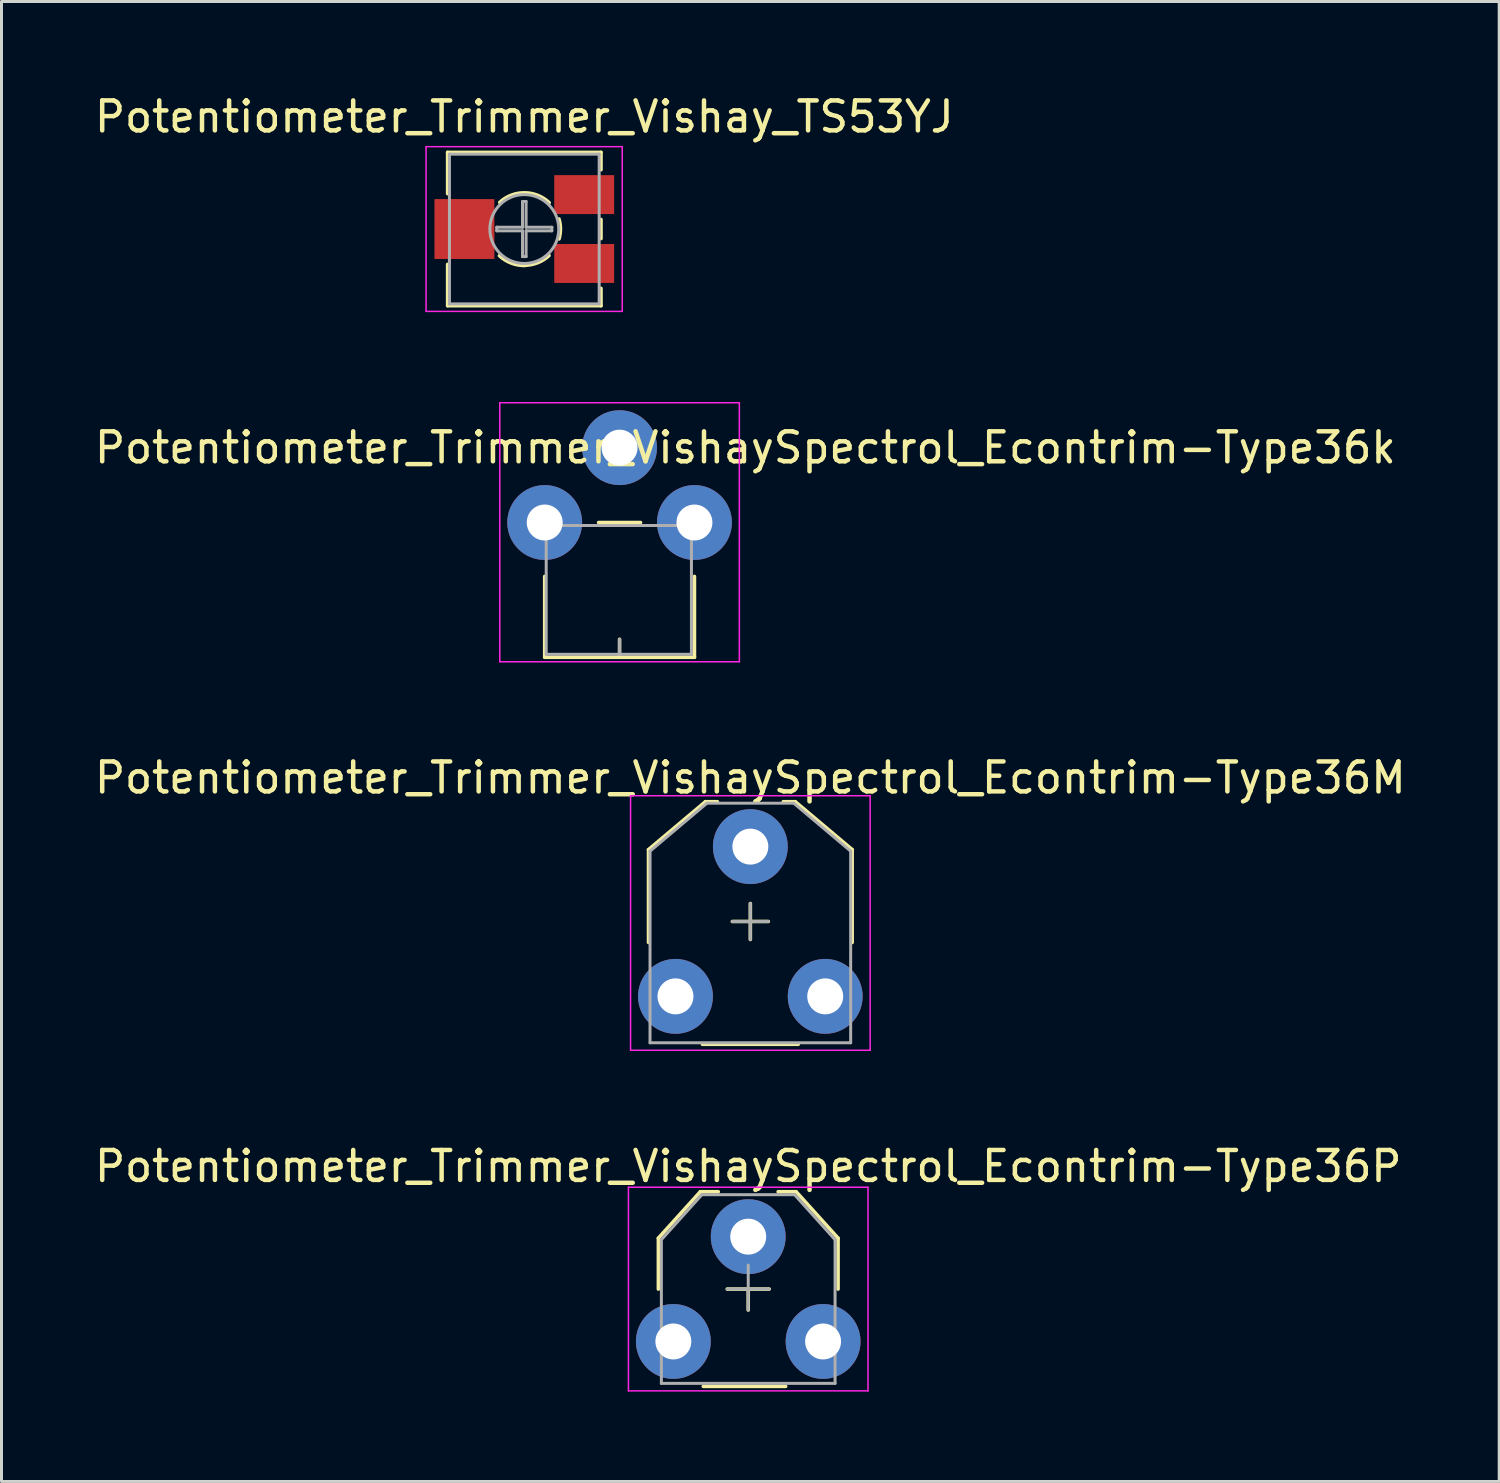
<source format=kicad_pcb>
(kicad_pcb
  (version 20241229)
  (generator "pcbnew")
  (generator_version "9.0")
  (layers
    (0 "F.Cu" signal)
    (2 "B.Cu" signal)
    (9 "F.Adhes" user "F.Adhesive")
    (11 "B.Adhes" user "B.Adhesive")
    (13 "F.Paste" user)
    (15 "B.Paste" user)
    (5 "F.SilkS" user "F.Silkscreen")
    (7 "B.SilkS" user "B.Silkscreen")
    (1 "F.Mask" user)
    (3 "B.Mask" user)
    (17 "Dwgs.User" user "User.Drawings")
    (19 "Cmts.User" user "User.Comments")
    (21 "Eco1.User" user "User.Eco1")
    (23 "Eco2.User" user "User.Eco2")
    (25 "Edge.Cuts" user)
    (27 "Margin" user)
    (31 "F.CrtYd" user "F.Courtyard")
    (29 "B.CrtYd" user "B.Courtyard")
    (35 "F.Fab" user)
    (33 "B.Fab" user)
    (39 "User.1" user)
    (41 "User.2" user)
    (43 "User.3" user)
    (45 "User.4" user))
  (footprint "Potentiometer_Trimmer_VishaySpectrol_Econtrim-Type36k"
    (layer "F.Cu")
    (at 15.139 14.398)
    (property "Reference" "Potentiometer_Trimmer_VishaySpectrol_Econtrim-Type36k" (at 6.7 -2.5 0) (layer "F.SilkS") (effects (font (size 1 1) (thickness 0.15))))
    (attr through_hole)
    (fp_line (start 0 1.8) (end 0 4.5) (stroke (width 0.12) (type solid)) (layer "F.SilkS"))
    (fp_line (start 0 4.5) (end 5 4.5) (stroke (width 0.12) (type solid)) (layer "F.SilkS"))
    (fp_line (start 1.8 0) (end 3.2 0) (stroke (width 0.12) (type solid)) (layer "F.SilkS"))
    (fp_line (start 2.5 4.5) (end 2.5 3.9) (stroke (width 0.12) (type solid)) (layer "F.SilkS"))
    (fp_line (start 5 4.5) (end 5 1.8) (stroke (width 0.12) (type solid)) (layer "F.SilkS"))
    (fp_line (start -1.5 -4) (end -1.5 4.65) (stroke (width 0.05) (type solid)) (layer "F.CrtYd"))
    (fp_line (start -1.5 -4) (end 6.5 -4) (stroke (width 0.05) (type solid)) (layer "F.CrtYd"))
    (fp_line (start 6.5 4.65) (end -1.5 4.65) (stroke (width 0.05) (type solid)) (layer "F.CrtYd"))
    (fp_line (start 6.5 4.65) (end 6.5 -4) (stroke (width 0.05) (type solid)) (layer "F.CrtYd"))
    (fp_line (start 0.05 0.1) (end 0.05 4.4) (stroke (width 0.1) (type solid)) (layer "F.Fab"))
    (fp_line (start 0.05 4.4) (end 4.9 4.4) (stroke (width 0.1) (type solid)) (layer "F.Fab"))
    (fp_line (start 2.5 4.4) (end 2.5 3.9) (stroke (width 0.1) (type solid)) (layer "F.Fab"))
    (fp_line (start 4.9 0.1) (end 0.05 0.1) (stroke (width 0.1) (type solid)) (layer "F.Fab"))
    (fp_line (start 4.9 4.4) (end 4.9 0.1) (stroke (width 0.1) (type solid)) (layer "F.Fab"))
    (pad "1" thru_hole circle (at 0 0) (size 2.5 2.5) (drill 1.2) (layers "*.Cu" "*.Mask"))
    (pad "2" thru_hole circle (at 2.5 -2.5) (size 2.5 2.5) (drill 1.2) (layers "*.Cu" "*.Mask"))
    (pad "3" thru_hole circle (at 5 0) (size 2.5 2.5) (drill 1.2) (layers "*.Cu" "*.Mask")))
  (footprint "Potentiometer_Trimmer_VishaySpectrol_Econtrim-Type36M"
    (layer "F.Cu")
    (at 19.506 30.221)
    (property "Reference" "Potentiometer_Trimmer_VishaySpectrol_Econtrim-Type36M" (at 2.5 -7.3 0) (layer "F.SilkS") (effects (font (size 1 1) (thickness 0.15))))
    (attr through_hole)
    (fp_line (start -0.9 -4.9) (end -0.9 -1.8) (stroke (width 0.12) (type solid)) (layer "F.SilkS"))
    (fp_line (start 1 -6.5) (end -0.9 -4.9) (stroke (width 0.12) (type solid)) (layer "F.SilkS"))
    (fp_line (start 1.4 -6.5) (end 1 -6.5) (stroke (width 0.12) (type solid)) (layer "F.SilkS"))
    (fp_line (start 2.5 -3.1) (end 2.5 -1.9) (stroke (width 0.12) (type solid)) (layer "F.SilkS"))
    (fp_line (start 2.5 1.6) (end 0.9 1.6) (stroke (width 0.12) (type solid)) (layer "F.SilkS"))
    (fp_line (start 2.5 1.6) (end 4.1 1.6) (stroke (width 0.12) (type solid)) (layer "F.SilkS"))
    (fp_line (start 3.1 -2.5) (end 1.9 -2.5) (stroke (width 0.12) (type solid)) (layer "F.SilkS"))
    (fp_line (start 3.6 -6.5) (end 4 -6.5) (stroke (width 0.12) (type solid)) (layer "F.SilkS"))
    (fp_line (start 4 -6.5) (end 5.9 -4.9) (stroke (width 0.12) (type solid)) (layer "F.SilkS"))
    (fp_line (start 5.9 -4.9) (end 5.9 -1.8) (stroke (width 0.12) (type solid)) (layer "F.SilkS"))
    (fp_line (start -1.5 -6.7) (end -1.5 1.8) (stroke (width 0.05) (type solid)) (layer "F.CrtYd"))
    (fp_line (start -1.5 -6.7) (end 6.5 -6.7) (stroke (width 0.05) (type solid)) (layer "F.CrtYd"))
    (fp_line (start 6.5 1.8) (end -1.5 1.8) (stroke (width 0.05) (type solid)) (layer "F.CrtYd"))
    (fp_line (start 6.5 1.8) (end 6.5 -6.7) (stroke (width 0.05) (type solid)) (layer "F.CrtYd"))
    (fp_line (start -0.85 -4.85) (end -0.85 1.55) (stroke (width 0.1) (type solid)) (layer "F.Fab"))
    (fp_line (start -0.85 1.55) (end 5.85 1.55) (stroke (width 0.1) (type solid)) (layer "F.Fab"))
    (fp_line (start 1.05 -6.45) (end -0.85 -4.85) (stroke (width 0.1) (type solid)) (layer "F.Fab"))
    (fp_line (start 1.9 -2.5) (end 3.1 -2.5) (stroke (width 0.1) (type solid)) (layer "F.Fab"))
    (fp_line (start 2.5 -3.1) (end 2.5 -1.9) (stroke (width 0.1) (type solid)) (layer "F.Fab"))
    (fp_line (start 3.95 -6.45) (end 1.05 -6.45) (stroke (width 0.1) (type solid)) (layer "F.Fab"))
    (fp_line (start 5.85 -4.85) (end 3.95 -6.45) (stroke (width 0.1) (type solid)) (layer "F.Fab"))
    (fp_line (start 5.85 1.55) (end 5.85 -4.85) (stroke (width 0.1) (type solid)) (layer "F.Fab"))
    (pad "1" thru_hole circle (at 0 0) (size 2.5 2.5) (drill 1.2) (layers "*.Cu" "*.Mask"))
    (pad "2" thru_hole circle (at 2.5 -5) (size 2.5 2.5) (drill 1.2) (layers "*.Cu" "*.Mask"))
    (pad "3" thru_hole circle (at 5 0) (size 2.5 2.5) (drill 1.2) (layers "*.Cu" "*.Mask")))
  (footprint "Potentiometer_Trimmer_VishaySpectrol_Econtrim-Type36P"
    (layer "F.Cu")
    (at 19.435 41.745)
    (property "Reference" "Potentiometer_Trimmer_VishaySpectrol_Econtrim-Type36P" (at 2.5 -5.85 0) (layer "F.SilkS") (effects (font (size 1 1) (thickness 0.15))))
    (attr through_hole)
    (fp_line (start -0.5 -3.45) (end -0.5 -1.75) (stroke (width 0.12) (type solid)) (layer "F.SilkS"))
    (fp_line (start 0.9 -5) (end -0.5 -3.45) (stroke (width 0.12) (type solid)) (layer "F.SilkS"))
    (fp_line (start 0.9 -5) (end 1.5 -5) (stroke (width 0.12) (type solid)) (layer "F.SilkS"))
    (fp_line (start 1 1.5) (end 3.75 1.5) (stroke (width 0.12) (type solid)) (layer "F.SilkS"))
    (fp_line (start 1.8 -1.75) (end 3.2 -1.75) (stroke (width 0.12) (type solid)) (layer "F.SilkS"))
    (fp_line (start 2.5 -1.75) (end 2.5 -1.05) (stroke (width 0.12) (type solid)) (layer "F.SilkS"))
    (fp_line (start 4.1 -5) (end 3.5 -5) (stroke (width 0.12) (type solid)) (layer "F.SilkS"))
    (fp_line (start 4.1 -5) (end 5.5 -3.45) (stroke (width 0.12) (type solid)) (layer "F.SilkS"))
    (fp_line (start 5.5 -3.45) (end 5.5 -1.75) (stroke (width 0.12) (type solid)) (layer "F.SilkS"))
    (fp_line (start -1.5 -5.15) (end -1.5 1.65) (stroke (width 0.05) (type solid)) (layer "F.CrtYd"))
    (fp_line (start -1.5 -5.15) (end 6.5 -5.15) (stroke (width 0.05) (type solid)) (layer "F.CrtYd"))
    (fp_line (start 6.5 1.65) (end -1.5 1.65) (stroke (width 0.05) (type solid)) (layer "F.CrtYd"))
    (fp_line (start 6.5 1.65) (end 6.5 -5.15) (stroke (width 0.05) (type solid)) (layer "F.CrtYd"))
    (fp_line (start -0.4 -3.4) (end -0.4 1.4) (stroke (width 0.1) (type solid)) (layer "F.Fab"))
    (fp_line (start -0.4 1.4) (end 5.4 1.4) (stroke (width 0.1) (type solid)) (layer "F.Fab"))
    (fp_line (start 0.95 -4.9) (end -0.4 -3.4) (stroke (width 0.1) (type solid)) (layer "F.Fab"))
    (fp_line (start 2.5 -1.05) (end 2.5 -2.55) (stroke (width 0.1) (type solid)) (layer "F.Fab"))
    (fp_line (start 3.2 -1.75) (end 1.8 -1.75) (stroke (width 0.1) (type solid)) (layer "F.Fab"))
    (fp_line (start 4.05 -4.9) (end 0.95 -4.9) (stroke (width 0.1) (type solid)) (layer "F.Fab"))
    (fp_line (start 5.4 -3.4) (end 4.05 -4.9) (stroke (width 0.1) (type solid)) (layer "F.Fab"))
    (fp_line (start 5.4 1.4) (end 5.4 -3.4) (stroke (width 0.1) (type solid)) (layer "F.Fab"))
    (pad "1" thru_hole circle (at 0 0) (size 2.5 2.5) (drill 1.2) (layers "*.Cu" "*.Mask"))
    (pad "2" thru_hole circle (at 2.5 -3.5) (size 2.5 2.5) (drill 1.2) (layers "*.Cu" "*.Mask"))
    (pad "3" thru_hole circle (at 5 0) (size 2.5 2.5) (drill 1.2) (layers "*.Cu" "*.Mask")))
  (footprint "Potentiometer_Trimmer_Vishay_TS53YJ"
    (layer "F.Cu")
    (at 14.458 4.598)
    (property "Reference" "Potentiometer_Trimmer_Vishay_TS53YJ" (at 0 -3.75 0) (layer "F.SilkS") (effects (font (size 1 1) (thickness 0.15))))
    (attr smd)
    (fp_line (start -2.56 -2.56) (end -2.56 -1.18) (stroke (width 0.12) (type solid)) (layer "F.SilkS"))
    (fp_line (start -2.56 -2.56) (end 2.56 -2.56) (stroke (width 0.12) (type solid)) (layer "F.SilkS"))
    (fp_line (start -2.56 1.18) (end -2.56 2.56) (stroke (width 0.12) (type solid)) (layer "F.SilkS"))
    (fp_line (start -2.56 2.56) (end 2.56 2.56) (stroke (width 0.12) (type solid)) (layer "F.SilkS"))
    (fp_line (start 2.56 -2.56) (end 2.56 -1.98) (stroke (width 0.12) (type solid)) (layer "F.SilkS"))
    (fp_line (start 2.56 -0.32) (end 2.56 0.32) (stroke (width 0.12) (type solid)) (layer "F.SilkS"))
    (fp_line (start 2.56 1.98) (end 2.56 2.56) (stroke (width 0.12) (type solid)) (layer "F.SilkS"))
    (fp_arc (start -0.819958 -0.889364) (mid 0.006865 -1.20965) (end 0.83 -0.88) (stroke (width 0.12) (type solid)) (layer "F.SilkS"))
    (fp_arc (start 0.021194 1.216779) (mid -0.436163 1.136117) (end -0.83 0.89) (stroke (width 0.12) (type solid)) (layer "F.SilkS"))
    (fp_arc (start 0.825218 0.884938) (mid 0.443466 1.125805) (end 0 1.21) (stroke (width 0.12) (type solid)) (layer "F.SilkS"))
    (fp_arc (start 1.158609 -0.33485) (mid 1.206024 -0.002523) (end 1.16 0.33) (stroke (width 0.12) (type solid)) (layer "F.SilkS"))
    (fp_line (start -3.28 -2.75) (end -3.28 2.75) (stroke (width 0.05) (type solid)) (layer "F.CrtYd"))
    (fp_line (start -3.28 2.75) (end 3.27 2.75) (stroke (width 0.05) (type solid)) (layer "F.CrtYd"))
    (fp_line (start 3.27 -2.75) (end -3.28 -2.75) (stroke (width 0.05) (type solid)) (layer "F.CrtYd"))
    (fp_line (start 3.27 2.75) (end 3.27 -2.75) (stroke (width 0.05) (type solid)) (layer "F.CrtYd"))
    (fp_line (start -2.5 -2.5) (end -2.5 2.5) (stroke (width 0.1) (type solid)) (layer "F.Fab"))
    (fp_line (start -2.5 2.5) (end 2.5 2.5) (stroke (width 0.1) (type solid)) (layer "F.Fab"))
    (fp_line (start -0.92 -0.06) (end -0.06 -0.06) (stroke (width 0.1) (type solid)) (layer "F.Fab"))
    (fp_line (start -0.92 0.06) (end -0.92 -0.06) (stroke (width 0.1) (type solid)) (layer "F.Fab"))
    (fp_line (start -0.06 -0.92) (end 0.06 -0.92) (stroke (width 0.1) (type solid)) (layer "F.Fab"))
    (fp_line (start -0.06 -0.06) (end -0.06 -0.92) (stroke (width 0.1) (type solid)) (layer "F.Fab"))
    (fp_line (start -0.06 0.06) (end -0.92 0.06) (stroke (width 0.1) (type solid)) (layer "F.Fab"))
    (fp_line (start -0.06 0.92) (end -0.06 0.06) (stroke (width 0.1) (type solid)) (layer "F.Fab"))
    (fp_line (start 0.06 -0.92) (end 0.06 -0.06) (stroke (width 0.1) (type solid)) (layer "F.Fab"))
    (fp_line (start 0.06 -0.06) (end 0.92 -0.06) (stroke (width 0.1) (type solid)) (layer "F.Fab"))
    (fp_line (start 0.06 0.06) (end 0.06 0.92) (stroke (width 0.1) (type solid)) (layer "F.Fab"))
    (fp_line (start 0.06 0.92) (end -0.06 0.92) (stroke (width 0.1) (type solid)) (layer "F.Fab"))
    (fp_line (start 0.92 -0.06) (end 0.92 0.06) (stroke (width 0.1) (type solid)) (layer "F.Fab"))
    (fp_line (start 0.92 0.06) (end 0.06 0.06) (stroke (width 0.1) (type solid)) (layer "F.Fab"))
    (fp_line (start 2.5 -2.5) (end -2.5 -2.5) (stroke (width 0.1) (type solid)) (layer "F.Fab"))
    (fp_line (start 2.5 2.5) (end 2.5 -2.5) (stroke (width 0.1) (type solid)) (layer "F.Fab"))
    (fp_circle (center 0 0) (end 1.15 0) (stroke (width 0.1) (type solid)) (fill no) (layer "F.Fab"))
    (pad "1" smd rect (at 2 -1.15) (size 2 1.3) (layers "F.Cu" "F.Mask"))
    (pad "2" smd rect (at -2 0) (size 2 2) (layers "F.Cu" "F.Mask"))
    (pad "3" smd rect (at 2 1.15) (size 2 1.3) (layers "F.Cu" "F.Mask")))
  (gr_rect
    (start -3 -3)
    (end 47.012 46.42)
    (stroke (width 0.1) (type default))
    (fill no)
    (layer "Edge.Cuts")))
</source>
